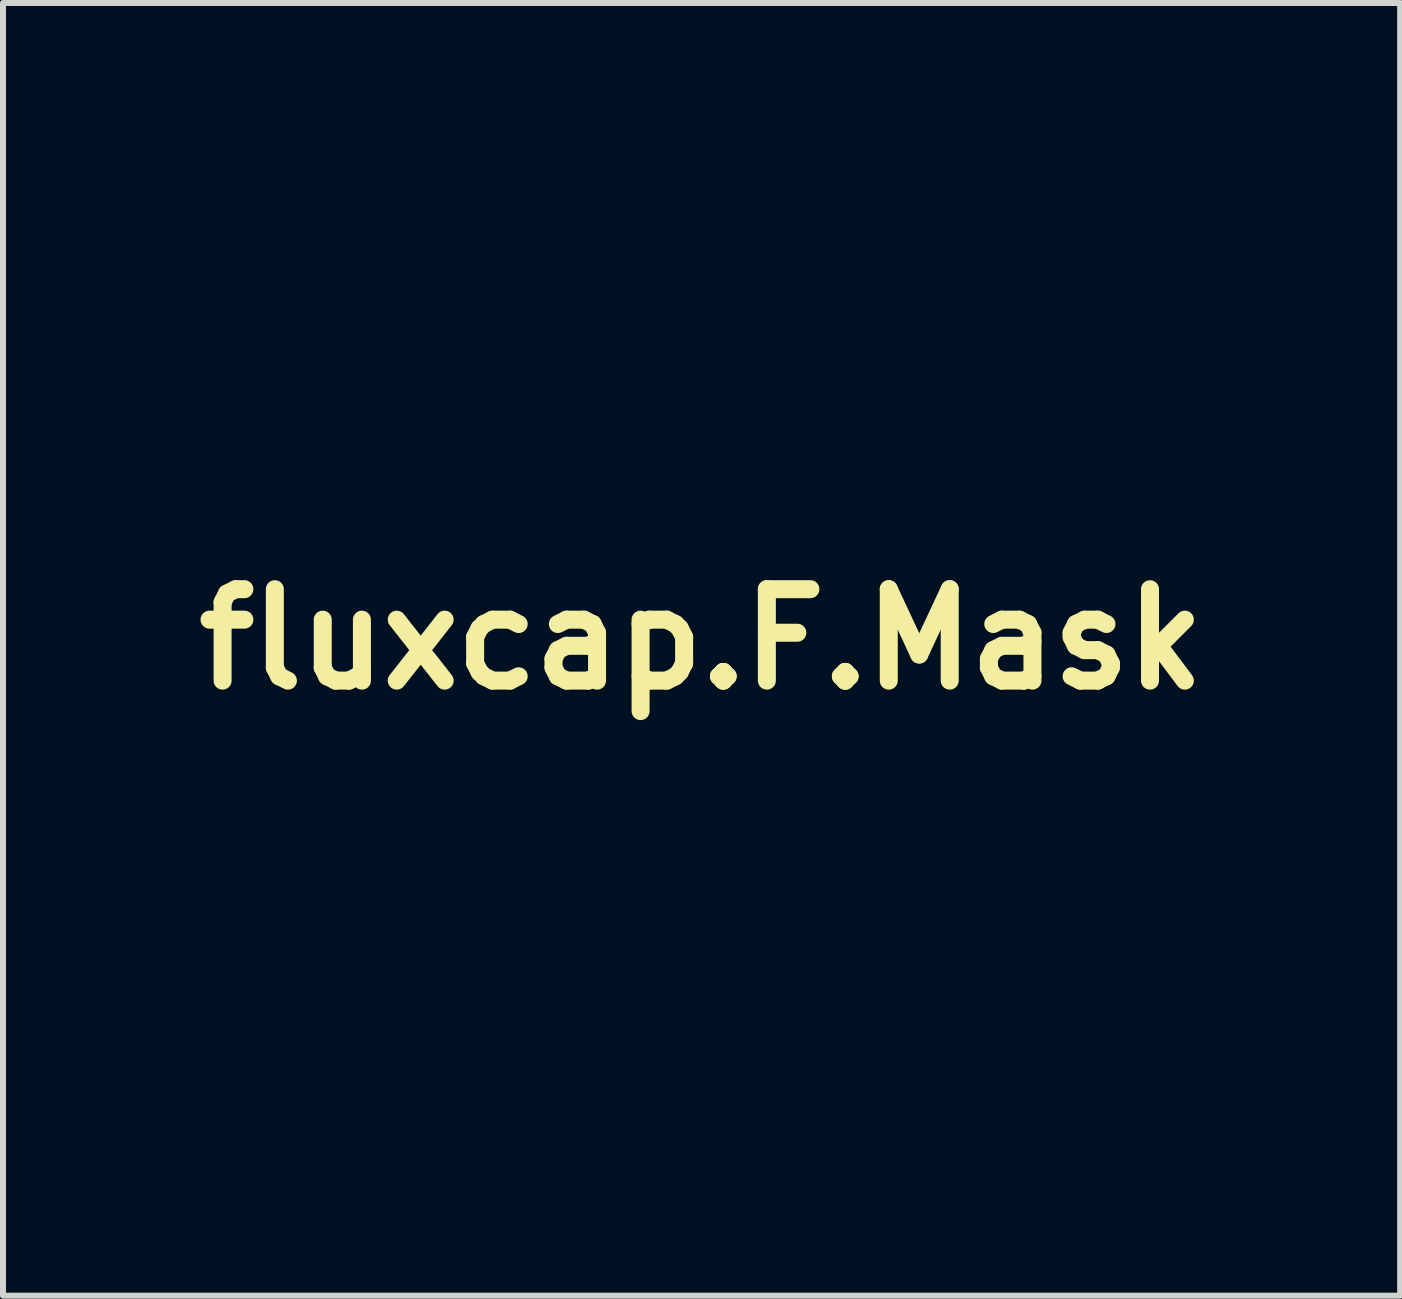
<source format=kicad_pcb>
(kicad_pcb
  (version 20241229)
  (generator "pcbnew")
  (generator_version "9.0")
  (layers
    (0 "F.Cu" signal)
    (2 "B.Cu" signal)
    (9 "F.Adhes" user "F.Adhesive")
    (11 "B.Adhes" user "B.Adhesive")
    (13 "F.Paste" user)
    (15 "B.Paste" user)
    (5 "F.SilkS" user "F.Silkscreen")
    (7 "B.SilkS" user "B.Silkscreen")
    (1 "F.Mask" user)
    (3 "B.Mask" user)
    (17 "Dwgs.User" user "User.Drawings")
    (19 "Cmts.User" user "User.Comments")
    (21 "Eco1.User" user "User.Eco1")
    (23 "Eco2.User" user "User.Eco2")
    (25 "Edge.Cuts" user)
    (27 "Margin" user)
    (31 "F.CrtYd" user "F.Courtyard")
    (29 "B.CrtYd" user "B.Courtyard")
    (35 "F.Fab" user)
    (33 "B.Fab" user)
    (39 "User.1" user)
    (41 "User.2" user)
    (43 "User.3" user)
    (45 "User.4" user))
  (footprint "fluxcap.F.Mask"
    (layer "F.Cu")
    (at 8.643 7.605)
    (property "Reference" "fluxcap.F.Mask" (at 0 0 0) (layer "F.SilkS") (effects (font (size 1.524 1.524) (thickness 0.3))))
    (attr through_hole)
    (fp_poly (pts (xy -1.693 -5.8) (xy -0.55 -5.8) (xy -0.55 -5.228) (xy -2.434 -5.228) (xy -2.434 -7.599) (xy -1.693 -7.599) (xy -1.693 -5.8)) (stroke (width 0.01) (type solid)) (fill yes) (layer "F.Mask"))
    (fp_poly (pts (xy 1.333 7.916) (xy 0.994 7.916) (xy 1 7.361) (xy 1.005 6.805) (xy 1.169 6.799) (xy 1.333 6.793) (xy 1.333 7.916)) (stroke (width 0.01) (type solid)) (fill yes) (layer "F.Mask"))
    (fp_poly (pts (xy 2.561 7.091) (xy 2.201 7.091) (xy 2.201 7.916) (xy 1.863 7.916) (xy 1.863 7.093) (xy 1.513 7.08) (xy 1.513 6.805) (xy 2.037 6.799) (xy 2.561 6.794) (xy 2.561 7.091)) (stroke (width 0.01) (type solid)) (fill yes) (layer "F.Mask"))
    (fp_poly (pts (xy -2.836 -7.091) (xy -3.917 -7.091) (xy -3.905 -6.678) (xy -3.445 -6.672) (xy -2.985 -6.667) (xy -2.985 -6.203) (xy -3.445 -6.197) (xy -3.905 -6.191) (xy -3.917 -5.228) (xy -4.657 -5.228) (xy -4.657 -7.599) (xy -2.836 -7.599) (xy -2.836 -7.091)) (stroke (width 0.01) (type solid)) (fill yes) (layer "F.Mask"))
    (fp_poly (pts (xy -2.058 6.798) (xy -1.924 6.801) (xy -1.824 6.805) (xy -1.753 6.811) (xy -1.702 6.82) (xy -1.664 6.831) (xy -1.632 6.847) (xy -1.554 6.903) (xy -1.506 6.967) (xy -1.482 7.049) (xy -1.475 7.152) (xy -1.485 7.267) (xy -1.515 7.355) (xy -1.57 7.42) (xy -1.654 7.466) (xy -1.773 7.496) (xy -1.903 7.512) (xy -2.064 7.525) (xy -2.076 7.916) (xy -2.413 7.916) (xy -2.413 7.194) (xy -2.072 7.194) (xy -2.068 7.243) (xy -2.066 7.252) (xy -2.037 7.275) (xy -1.984 7.282) (xy -1.922 7.276) (xy -1.866 7.256) (xy -1.841 7.239) (xy -1.808 7.199) (xy -1.802 7.162) (xy -1.821 7.11) (xy -1.824 7.103) (xy -1.868 7.054) (xy -1.917 7.036) (xy -1.993 7.027) (xy -2.039 7.038) (xy -2.062 7.075) (xy -2.07 7.13) (xy -2.072 7.194) (xy -2.413 7.194) (xy -2.413 6.791) (xy -2.058 6.798)) (stroke (width 0.01) (type solid)) (fill yes) (layer "F.Mask"))
    (fp_poly (pts (xy -3.128 6.799) (xy -2.938 6.805) (xy -2.864 7.006) (xy -2.796 7.192) (xy -2.74 7.343) (xy -2.695 7.465) (xy -2.657 7.564) (xy -2.626 7.646) (xy -2.598 7.716) (xy -2.595 7.725) (xy -2.56 7.813) (xy -2.544 7.87) (xy -2.553 7.901) (xy -2.59 7.913) (xy -2.659 7.914) (xy -2.713 7.912) (xy -2.886 7.906) (xy -2.935 7.758) (xy -3.136 7.752) (xy -3.337 7.746) (xy -3.363 7.831) (xy -3.388 7.916) (xy -3.747 7.916) (xy -3.713 7.837) (xy -3.686 7.77) (xy -3.654 7.688) (xy -3.637 7.641) (xy -3.607 7.56) (xy -3.569 7.457) (xy -3.239 7.457) (xy -3.23 7.479) (xy -3.199 7.49) (xy -3.136 7.493) (xy -3.13 7.493) (xy -3.063 7.49) (xy -3.033 7.479) (xy -3.032 7.467) (xy -3.041 7.434) (xy -3.058 7.373) (xy -3.078 7.296) (xy -3.08 7.287) (xy -3.101 7.213) (xy -3.119 7.159) (xy -3.131 7.134) (xy -3.133 7.133) (xy -3.145 7.152) (xy -3.165 7.199) (xy -3.187 7.264) (xy -3.21 7.335) (xy -3.228 7.4) (xy -3.238 7.447) (xy -3.239 7.457) (xy -3.569 7.457) (xy -3.566 7.45) (xy -3.519 7.324) (xy -3.47 7.194) (xy -3.423 7.07) (xy -3.383 6.964) (xy -3.361 6.905) (xy -3.318 6.793) (xy -3.128 6.799)) (stroke (width 0.01) (type solid)) (fill yes) (layer "F.Mask"))
    (fp_poly (pts (xy 4.366 6.799) (xy 4.528 6.803) (xy 4.654 6.811) (xy 4.749 6.823) (xy 4.82 6.841) (xy 4.872 6.867) (xy 4.91 6.904) (xy 4.941 6.952) (xy 4.955 6.979) (xy 4.985 7.085) (xy 4.978 7.191) (xy 4.938 7.288) (xy 4.868 7.366) (xy 4.79 7.41) (xy 4.731 7.433) (xy 4.788 7.463) (xy 4.828 7.497) (xy 4.876 7.555) (xy 4.921 7.622) (xy 4.965 7.701) (xy 5.005 7.779) (xy 5.037 7.848) (xy 5.056 7.895) (xy 5.059 7.908) (xy 5.039 7.912) (xy 4.987 7.915) (xy 4.911 7.916) (xy 4.869 7.916) (xy 4.68 7.916) (xy 4.58 7.731) (xy 4.523 7.626) (xy 4.479 7.554) (xy 4.444 7.508) (xy 4.414 7.483) (xy 4.384 7.473) (xy 4.368 7.472) (xy 4.346 7.473) (xy 4.331 7.483) (xy 4.323 7.509) (xy 4.319 7.557) (xy 4.318 7.637) (xy 4.318 7.694) (xy 4.318 7.916) (xy 3.979 7.916) (xy 3.979 7.027) (xy 4.318 7.027) (xy 4.318 7.26) (xy 4.419 7.26) (xy 4.491 7.254) (xy 4.555 7.24) (xy 4.572 7.233) (xy 4.618 7.189) (xy 4.631 7.151) (xy 4.62 7.092) (xy 4.572 7.052) (xy 4.489 7.03) (xy 4.43 7.027) (xy 4.318 7.027) (xy 3.979 7.027) (xy 3.979 6.79) (xy 4.366 6.799)) (stroke (width 0.01) (type solid)) (fill yes) (layer "F.Mask"))
    (fp_poly (pts (xy -4.221 6.786) (xy -4.089 6.818) (xy -3.975 6.879) (xy -3.959 6.893) (xy -3.918 6.935) (xy -3.877 6.991) (xy -3.841 7.048) (xy -3.819 7.097) (xy -3.816 7.125) (xy -3.817 7.126) (xy -3.842 7.136) (xy -3.894 7.151) (xy -3.96 7.168) (xy -4.027 7.183) (xy -4.08 7.193) (xy -4.101 7.196) (xy -4.125 7.18) (xy -4.128 7.166) (xy -4.146 7.125) (xy -4.194 7.086) (xy -4.257 7.058) (xy -4.317 7.048) (xy -4.405 7.066) (xy -4.47 7.119) (xy -4.511 7.207) (xy -4.529 7.329) (xy -4.53 7.364) (xy -4.521 7.49) (xy -4.493 7.58) (xy -4.445 7.639) (xy -4.423 7.652) (xy -4.33 7.681) (xy -4.246 7.669) (xy -4.176 7.62) (xy -4.134 7.553) (xy -4.107 7.503) (xy -4.081 7.474) (xy -4.075 7.472) (xy -4.043 7.478) (xy -3.986 7.495) (xy -3.92 7.516) (xy -3.79 7.56) (xy -3.822 7.637) (xy -3.889 7.76) (xy -3.974 7.849) (xy -4.082 7.905) (xy -4.218 7.933) (xy -4.309 7.937) (xy -4.402 7.932) (xy -4.49 7.922) (xy -4.555 7.908) (xy -4.559 7.906) (xy -4.653 7.855) (xy -4.742 7.777) (xy -4.813 7.684) (xy -4.85 7.602) (xy -4.874 7.473) (xy -4.878 7.337) (xy -4.863 7.203) (xy -4.831 7.081) (xy -4.784 6.983) (xy -4.746 6.938) (xy -4.635 6.859) (xy -4.504 6.807) (xy -4.363 6.783) (xy -4.221 6.786)) (stroke (width 0.01) (type solid)) (fill yes) (layer "F.Mask"))
    (fp_poly (pts (xy 3.369 6.8) (xy 3.503 6.843) (xy 3.611 6.916) (xy 3.697 7.023) (xy 3.74 7.104) (xy 3.768 7.17) (xy 3.783 7.227) (xy 3.788 7.291) (xy 3.785 7.377) (xy 3.784 7.396) (xy 3.766 7.539) (xy 3.729 7.652) (xy 3.669 7.746) (xy 3.599 7.815) (xy 3.532 7.864) (xy 3.46 7.902) (xy 3.432 7.913) (xy 3.357 7.927) (xy 3.258 7.934) (xy 3.153 7.934) (xy 3.056 7.928) (xy 2.982 7.914) (xy 2.974 7.911) (xy 2.853 7.853) (xy 2.762 7.774) (xy 2.696 7.669) (xy 2.665 7.602) (xy 2.647 7.542) (xy 2.638 7.475) (xy 2.635 7.384) (xy 2.635 7.358) (xy 2.978 7.358) (xy 2.984 7.457) (xy 3.003 7.541) (xy 3.018 7.575) (xy 3.08 7.641) (xy 3.162 7.676) (xy 3.253 7.677) (xy 3.32 7.653) (xy 3.374 7.612) (xy 3.408 7.55) (xy 3.425 7.459) (xy 3.429 7.366) (xy 3.424 7.256) (xy 3.406 7.178) (xy 3.373 7.123) (xy 3.323 7.084) (xy 3.236 7.054) (xy 3.148 7.059) (xy 3.07 7.097) (xy 3.012 7.163) (xy 3.003 7.183) (xy 2.984 7.261) (xy 2.978 7.358) (xy 2.635 7.358) (xy 2.635 7.355) (xy 2.638 7.254) (xy 2.645 7.181) (xy 2.661 7.124) (xy 2.683 7.076) (xy 2.767 6.953) (xy 2.872 6.865) (xy 3 6.811) (xy 3.155 6.787) (xy 3.207 6.786) (xy 3.369 6.8)) (stroke (width 0.01) (type solid)) (fill yes) (layer "F.Mask"))
    (fp_poly (pts (xy -0.675 6.953) (xy -0.648 7.022) (xy -0.61 7.122) (xy -0.566 7.241) (xy -0.517 7.369) (xy -0.479 7.472) (xy -0.435 7.591) (xy -0.395 7.699) (xy -0.362 7.787) (xy -0.338 7.85) (xy -0.327 7.879) (xy -0.324 7.897) (xy -0.337 7.908) (xy -0.373 7.914) (xy -0.439 7.916) (xy -0.492 7.916) (xy -0.579 7.916) (xy -0.634 7.912) (xy -0.666 7.902) (xy -0.684 7.884) (xy -0.695 7.862) (xy -0.714 7.811) (xy -0.72 7.777) (xy -0.726 7.762) (xy -0.751 7.754) (xy -0.801 7.75) (xy -0.883 7.75) (xy -0.925 7.752) (xy -1.131 7.758) (xy -1.168 7.916) (xy -1.348 7.916) (xy -1.436 7.916) (xy -1.488 7.912) (xy -1.513 7.904) (xy -1.517 7.89) (xy -1.514 7.879) (xy -1.498 7.836) (xy -1.476 7.775) (xy -1.47 7.758) (xy -1.453 7.713) (xy -1.424 7.636) (xy -1.386 7.533) (xy -1.364 7.475) (xy -1.037 7.475) (xy -1.018 7.485) (xy -0.968 7.491) (xy -0.918 7.493) (xy -0.848 7.49) (xy -0.814 7.481) (xy -0.81 7.467) (xy -0.821 7.435) (xy -0.841 7.374) (xy -0.865 7.298) (xy -0.869 7.287) (xy -0.899 7.202) (xy -0.924 7.15) (xy -0.942 7.133) (xy -0.952 7.153) (xy -0.953 7.172) (xy -0.959 7.213) (xy -0.976 7.277) (xy -0.995 7.334) (xy -1.017 7.402) (xy -1.033 7.454) (xy -1.037 7.475) (xy -1.364 7.475) (xy -1.341 7.413) (xy -1.291 7.282) (xy -1.275 7.239) (xy -1.11 6.805) (xy -0.733 6.805) (xy -0.675 6.953)) (stroke (width 0.01) (type solid)) (fill yes) (layer "F.Mask"))
    (fp_poly (pts (xy 0.434 6.791) (xy 0.566 6.835) (xy 0.675 6.911) (xy 0.709 6.946) (xy 0.759 7.014) (xy 0.792 7.072) (xy 0.803 7.113) (xy 0.799 7.124) (xy 0.774 7.135) (xy 0.719 7.151) (xy 0.646 7.169) (xy 0.643 7.169) (xy 0.565 7.186) (xy 0.519 7.19) (xy 0.496 7.184) (xy 0.49 7.174) (xy 0.469 7.14) (xy 0.432 7.098) (xy 0.432 7.097) (xy 0.366 7.059) (xy 0.288 7.051) (xy 0.211 7.073) (xy 0.146 7.119) (xy 0.106 7.183) (xy 0.094 7.245) (xy 0.088 7.332) (xy 0.088 7.427) (xy 0.095 7.512) (xy 0.103 7.556) (xy 0.133 7.603) (xy 0.186 7.646) (xy 0.194 7.651) (xy 0.251 7.676) (xy 0.3 7.68) (xy 0.354 7.667) (xy 0.416 7.64) (xy 0.456 7.595) (xy 0.476 7.557) (xy 0.502 7.507) (xy 0.53 7.482) (xy 0.571 7.478) (xy 0.635 7.494) (xy 0.688 7.512) (xy 0.759 7.543) (xy 0.794 7.575) (xy 0.8 7.594) (xy 0.791 7.649) (xy 0.755 7.718) (xy 0.7 7.789) (xy 0.634 7.851) (xy 0.61 7.868) (xy 0.562 7.897) (xy 0.515 7.915) (xy 0.456 7.926) (xy 0.372 7.931) (xy 0.33 7.932) (xy 0.191 7.931) (xy 0.088 7.917) (xy 0.056 7.907) (xy -0.042 7.853) (xy -0.135 7.769) (xy -0.209 7.667) (xy -0.217 7.652) (xy -0.24 7.6) (xy -0.253 7.541) (xy -0.26 7.463) (xy -0.262 7.366) (xy -0.26 7.264) (xy -0.254 7.19) (xy -0.24 7.132) (xy -0.217 7.076) (xy -0.21 7.061) (xy -0.136 6.95) (xy -0.039 6.869) (xy 0.089 6.814) (xy 0.126 6.803) (xy 0.285 6.78) (xy 0.434 6.791)) (stroke (width 0.01) (type solid)) (fill yes) (layer "F.Mask"))
    (fp_poly (pts (xy 0.445 -6.82) (xy 0.445 -6.618) (xy 0.445 -6.454) (xy 0.446 -6.322) (xy 0.448 -6.22) (xy 0.45 -6.142) (xy 0.454 -6.083) (xy 0.46 -6.04) (xy 0.467 -6.007) (xy 0.476 -5.981) (xy 0.488 -5.955) (xy 0.492 -5.947) (xy 0.565 -5.847) (xy 0.664 -5.778) (xy 0.784 -5.743) (xy 0.923 -5.743) (xy 0.939 -5.745) (xy 1.06 -5.782) (xy 1.154 -5.851) (xy 1.211 -5.931) (xy 1.223 -5.956) (xy 1.234 -5.98) (xy 1.242 -6.01) (xy 1.248 -6.049) (xy 1.253 -6.102) (xy 1.257 -6.173) (xy 1.26 -6.266) (xy 1.262 -6.387) (xy 1.264 -6.54) (xy 1.265 -6.729) (xy 1.266 -6.81) (xy 1.273 -7.599) (xy 1.99 -7.599) (xy 1.99 -6.783) (xy 1.99 -6.575) (xy 1.989 -6.404) (xy 1.988 -6.266) (xy 1.986 -6.156) (xy 1.983 -6.071) (xy 1.979 -6.004) (xy 1.974 -5.953) (xy 1.967 -5.911) (xy 1.958 -5.875) (xy 1.947 -5.84) (xy 1.946 -5.837) (xy 1.884 -5.685) (xy 1.809 -5.56) (xy 1.711 -5.449) (xy 1.683 -5.423) (xy 1.586 -5.342) (xy 1.493 -5.285) (xy 1.388 -5.245) (xy 1.275 -5.217) (xy 1.173 -5.202) (xy 1.042 -5.193) (xy 0.895 -5.189) (xy 0.742 -5.191) (xy 0.598 -5.199) (xy 0.475 -5.212) (xy 0.455 -5.215) (xy 0.287 -5.257) (xy 0.143 -5.327) (xy 0.011 -5.429) (xy -0.013 -5.452) (xy -0.076 -5.518) (xy -0.129 -5.584) (xy -0.173 -5.655) (xy -0.209 -5.736) (xy -0.237 -5.829) (xy -0.258 -5.941) (xy -0.274 -6.074) (xy -0.285 -6.233) (xy -0.291 -6.423) (xy -0.295 -6.647) (xy -0.296 -6.863) (xy -0.296 -7.599) (xy 0.445 -7.599) (xy 0.445 -6.82)) (stroke (width 0.01) (type solid)) (fill yes) (layer "F.Mask"))
    (fp_poly (pts (xy 2.735 -7.594) (xy 3.142 -7.588) (xy 3.295 -7.324) (xy 3.356 -7.22) (xy 3.414 -7.121) (xy 3.463 -7.037) (xy 3.499 -6.977) (xy 3.505 -6.968) (xy 3.562 -6.876) (xy 3.623 -6.995) (xy 3.666 -7.075) (xy 3.711 -7.155) (xy 3.736 -7.197) (xy 3.767 -7.248) (xy 3.786 -7.283) (xy 3.789 -7.29) (xy 3.799 -7.311) (xy 3.825 -7.36) (xy 3.862 -7.426) (xy 3.875 -7.449) (xy 3.962 -7.599) (xy 4.363 -7.599) (xy 4.505 -7.598) (xy 4.61 -7.597) (xy 4.681 -7.594) (xy 4.725 -7.589) (xy 4.746 -7.582) (xy 4.749 -7.572) (xy 4.748 -7.57) (xy 4.727 -7.537) (xy 4.687 -7.474) (xy 4.631 -7.386) (xy 4.563 -7.279) (xy 4.485 -7.158) (xy 4.402 -7.029) (xy 4.317 -6.897) (xy 4.282 -6.842) (xy 4.217 -6.742) (xy 4.159 -6.65) (xy 4.111 -6.573) (xy 4.079 -6.52) (xy 4.072 -6.507) (xy 4.037 -6.441) (xy 4.431 -5.844) (xy 4.525 -5.702) (xy 4.61 -5.572) (xy 4.685 -5.458) (xy 4.747 -5.363) (xy 4.793 -5.292) (xy 4.82 -5.249) (xy 4.826 -5.238) (xy 4.806 -5.235) (xy 4.75 -5.232) (xy 4.665 -5.23) (xy 4.556 -5.229) (xy 4.431 -5.228) (xy 4.417 -5.228) (xy 4.008 -5.228) (xy 3.912 -5.382) (xy 3.86 -5.466) (xy 3.795 -5.57) (xy 3.727 -5.68) (xy 3.683 -5.751) (xy 3.63 -5.834) (xy 3.585 -5.9) (xy 3.551 -5.944) (xy 3.534 -5.958) (xy 3.533 -5.958) (xy 3.518 -5.937) (xy 3.484 -5.886) (xy 3.436 -5.81) (xy 3.376 -5.715) (xy 3.31 -5.606) (xy 3.299 -5.588) (xy 3.081 -5.228) (xy 2.673 -5.228) (xy 2.547 -5.229) (xy 2.436 -5.23) (xy 2.348 -5.233) (xy 2.289 -5.236) (xy 2.265 -5.24) (xy 2.265 -5.24) (xy 2.276 -5.26) (xy 2.308 -5.311) (xy 2.358 -5.389) (xy 2.424 -5.49) (xy 2.502 -5.609) (xy 2.59 -5.742) (xy 2.66 -5.848) (xy 2.754 -5.99) (xy 2.84 -6.121) (xy 2.915 -6.238) (xy 2.977 -6.335) (xy 3.022 -6.408) (xy 3.049 -6.454) (xy 3.055 -6.468) (xy 3.044 -6.498) (xy 3.014 -6.548) (xy 2.99 -6.585) (xy 2.96 -6.629) (xy 2.911 -6.703) (xy 2.848 -6.798) (xy 2.775 -6.909) (xy 2.697 -7.028) (xy 2.617 -7.149) (xy 2.541 -7.266) (xy 2.473 -7.371) (xy 2.417 -7.458) (xy 2.382 -7.513) (xy 2.327 -7.6) (xy 2.735 -7.594)) (stroke (width 0.01) (type solid)) (fill yes) (layer "F.Mask"))
    (fp_poly (pts (xy 0.377 -4.635) (xy 0.699 -4.635) (xy 1.016 -4.634) (xy 1.324 -4.633) (xy 1.62 -4.632) (xy 1.902 -4.631) (xy 2.167 -4.63) (xy 2.41 -4.628) (xy 2.631 -4.626) (xy 2.824 -4.624) (xy 2.988 -4.622) (xy 3.12 -4.62) (xy 3.216 -4.617) (xy 3.274 -4.614) (xy 3.281 -4.614) (xy 3.559 -4.569) (xy 3.819 -4.493) (xy 4.022 -4.41) (xy 4.302 -4.257) (xy 4.552 -4.076) (xy 4.772 -3.866) (xy 4.961 -3.626) (xy 5.12 -3.357) (xy 5.25 -3.057) (xy 5.328 -2.815) (xy 5.333 -2.796) (xy 5.337 -2.774) (xy 5.341 -2.746) (xy 5.345 -2.712) (xy 5.348 -2.669) (xy 5.351 -2.616) (xy 5.353 -2.549) (xy 5.356 -2.468) (xy 5.358 -2.37) (xy 5.359 -2.254) (xy 5.361 -2.117) (xy 5.362 -1.957) (xy 5.363 -1.773) (xy 5.364 -1.562) (xy 5.364 -1.323) (xy 5.365 -1.053) (xy 5.365 -0.751) (xy 5.366 -0.415) (xy 5.366 -0.042) (xy 5.366 0.369) (xy 5.366 0.82) (xy 5.366 4.371) (xy 5.317 4.551) (xy 5.257 4.737) (xy 5.176 4.934) (xy 5.083 5.124) (xy 4.986 5.29) (xy 4.984 5.293) (xy 4.901 5.404) (xy 4.796 5.527) (xy 4.678 5.651) (xy 4.557 5.767) (xy 4.442 5.865) (xy 4.36 5.924) (xy 4.144 6.05) (xy 3.912 6.157) (xy 3.68 6.239) (xy 3.605 6.26) (xy 3.376 6.317) (xy 0.18 6.32) (xy -0.187 6.321) (xy -0.543 6.321) (xy -0.887 6.321) (xy -1.216 6.32) (xy -1.527 6.32) (xy -1.819 6.319) (xy -2.088 6.318) (xy -2.332 6.317) (xy -2.549 6.316) (xy -2.736 6.314) (xy -2.892 6.313) (xy -3.012 6.311) (xy -3.096 6.309) (xy -3.141 6.307) (xy -3.145 6.307) (xy -3.456 6.246) (xy -3.747 6.15) (xy -4.018 6.016) (xy -4.272 5.844) (xy -4.427 5.714) (xy -4.625 5.51) (xy -4.798 5.278) (xy -4.943 5.028) (xy -5.057 4.765) (xy -5.135 4.496) (xy -5.166 4.309) (xy -5.169 4.258) (xy -5.172 4.165) (xy -5.175 4.031) (xy -5.177 3.856) (xy -5.179 3.639) (xy -5.181 3.381) (xy -5.182 3.081) (xy -5.182 2.739) (xy -5.183 2.356) (xy -5.183 1.93) (xy -5.182 1.463) (xy -5.181 0.953) (xy -5.181 0.709) (xy -5.174 -2.572) (xy -4.413 -2.572) (xy -4.413 4.286) (xy -4.354 4.462) (xy -4.256 4.692) (xy -4.125 4.903) (xy -3.967 5.091) (xy -3.786 5.252) (xy -3.585 5.381) (xy -3.369 5.476) (xy -3.194 5.523) (xy -3.161 5.525) (xy -3.087 5.527) (xy -2.978 5.53) (xy -2.834 5.532) (xy -2.66 5.534) (xy -2.457 5.535) (xy -2.23 5.537) (xy -1.98 5.538) (xy -1.71 5.539) (xy -1.424 5.54) (xy -1.125 5.541) (xy -0.814 5.542) (xy -0.495 5.543) (xy -0.172 5.543) (xy 0.154 5.543) (xy 0.48 5.543) (xy 0.802 5.543) (xy 1.117 5.543) (xy 1.424 5.542) (xy 1.718 5.541) (xy 1.998 5.541) (xy 2.26 5.54) (xy 2.501 5.538) (xy 2.718 5.537) (xy 2.91 5.535) (xy 3.072 5.534) (xy 3.202 5.532) (xy 3.298 5.529) (xy 3.355 5.527) (xy 3.369 5.526) (xy 3.497 5.494) (xy 3.642 5.439) (xy 3.79 5.368) (xy 3.927 5.287) (xy 3.987 5.245) (xy 4.168 5.084) (xy 4.325 4.891) (xy 4.452 4.674) (xy 4.547 4.439) (xy 4.572 4.351) (xy 4.577 4.328) (xy 4.583 4.304) (xy 4.587 4.278) (xy 4.591 4.247) (xy 4.595 4.209) (xy 4.598 4.162) (xy 4.601 4.104) (xy 4.604 4.032) (xy 4.606 3.946) (xy 4.608 3.843) (xy 4.609 3.72) (xy 4.611 3.576) (xy 4.612 3.409) (xy 4.612 3.216) (xy 4.613 2.996) (xy 4.614 2.746) (xy 4.614 2.465) (xy 4.614 2.151) (xy 4.614 1.8) (xy 4.614 1.412) (xy 4.614 0.985) (xy 4.614 0.859) (xy 4.614 0.42) (xy 4.614 0.022) (xy 4.614 -0.339) (xy 4.614 -0.663) (xy 4.613 -0.953) (xy 4.613 -1.212) (xy 4.612 -1.44) (xy 4.612 -1.64) (xy 4.611 -1.814) (xy 4.609 -1.965) (xy 4.608 -2.094) (xy 4.606 -2.203) (xy 4.604 -2.294) (xy 4.602 -2.37) (xy 4.599 -2.432) (xy 4.596 -2.483) (xy 4.592 -2.525) (xy 4.588 -2.559) (xy 4.583 -2.588) (xy 4.578 -2.613) (xy 4.573 -2.638) (xy 4.571 -2.646) (xy 4.491 -2.892) (xy 4.376 -3.118) (xy 4.227 -3.32) (xy 4.048 -3.496) (xy 3.84 -3.641) (xy 3.721 -3.704) (xy 3.68 -3.724) (xy 3.644 -3.742) (xy 3.61 -3.758) (xy 3.575 -3.772) (xy 3.538 -3.785) (xy 3.497 -3.796) (xy 3.448 -3.806) (xy 3.392 -3.815) (xy 3.324 -3.823) (xy 3.243 -3.829) (xy 3.147 -3.835) (xy 3.035 -3.839) (xy 2.902 -3.843) (xy 2.749 -3.846) (xy 2.572 -3.848) (xy 2.369 -3.85) (xy 2.139 -3.851) (xy 1.878 -3.852) (xy 1.586 -3.852) (xy 1.26 -3.852) (xy 0.897 -3.852) (xy 0.497 -3.852) (xy 0.095 -3.852) (xy -0.342 -3.852) (xy -0.739 -3.852) (xy -1.098 -3.852) (xy -1.421 -3.852) (xy -1.71 -3.852) (xy -1.967 -3.851) (xy -2.195 -3.85) (xy -2.395 -3.848) (xy -2.57 -3.846) (xy -2.721 -3.843) (xy -2.852 -3.839) (xy -2.963 -3.835) (xy -3.057 -3.829) (xy -3.136 -3.823) (xy -3.203 -3.815) (xy -3.259 -3.807) (xy -3.306 -3.797) (xy -3.347 -3.785) (xy -3.384 -3.773) (xy -3.418 -3.758) (xy -3.453 -3.743) (xy -3.489 -3.725) (xy -3.524 -3.709) (xy -3.742 -3.584) (xy -3.936 -3.427) (xy -4.103 -3.239) (xy -4.24 -3.025) (xy -4.345 -2.788) (xy -4.364 -2.731) (xy -4.413 -2.572) (xy -5.174 -2.572) (xy -5.174 -2.699) (xy -5.127 -2.858) (xy -5.038 -3.125) (xy -4.929 -3.364) (xy -4.794 -3.589) (xy -4.686 -3.739) (xy -4.484 -3.965) (xy -4.254 -4.161) (xy -3.999 -4.326) (xy -3.722 -4.457) (xy -3.426 -4.553) (xy -3.114 -4.612) (xy -3.088 -4.615) (xy -3.042 -4.618) (xy -2.956 -4.62) (xy -2.834 -4.623) (xy -2.678 -4.625) (xy -2.492 -4.627) (xy -2.279 -4.629) (xy -2.041 -4.63) (xy -1.782 -4.632) (xy -1.505 -4.633) (xy -1.212 -4.634) (xy -0.907 -4.634) (xy -0.593 -4.635) (xy -0.272 -4.635) (xy 0.053 -4.635) (xy 0.377 -4.635)) (stroke (width 0.01) (type solid)) (fill yes) (layer "F.Mask"))
    (fp_poly (pts (xy 0.229 -3.623) (xy 0.555 -3.623) (xy 0.877 -3.622) (xy 1.192 -3.621) (xy 1.498 -3.62) (xy 1.79 -3.618) (xy 2.067 -3.617) (xy 2.325 -3.614) (xy 2.561 -3.612) (xy 2.773 -3.609) (xy 2.958 -3.605) (xy 3.113 -3.602) (xy 3.235 -3.598) (xy 3.321 -3.594) (xy 3.367 -3.589) (xy 3.372 -3.588) (xy 3.588 -3.51) (xy 3.789 -3.395) (xy 3.97 -3.247) (xy 4.124 -3.071) (xy 4.248 -2.87) (xy 4.264 -2.84) (xy 4.278 -2.813) (xy 4.291 -2.788) (xy 4.303 -2.762) (xy 4.313 -2.733) (xy 4.323 -2.699) (xy 4.331 -2.659) (xy 4.338 -2.61) (xy 4.344 -2.549) (xy 4.35 -2.476) (xy 4.354 -2.388) (xy 4.358 -2.283) (xy 4.362 -2.158) (xy 4.364 -2.013) (xy 4.367 -1.844) (xy 4.368 -1.651) (xy 4.37 -1.429) (xy 4.371 -1.179) (xy 4.372 -0.897) (xy 4.373 -0.582) (xy 4.374 -0.232) (xy 4.374 0.156) (xy 4.375 0.584) (xy 4.376 0.761) (xy 4.376 1.204) (xy 4.377 1.607) (xy 4.378 1.971) (xy 4.378 2.299) (xy 4.378 2.593) (xy 4.378 2.855) (xy 4.378 3.087) (xy 4.377 3.29) (xy 4.376 3.467) (xy 4.375 3.621) (xy 4.374 3.752) (xy 4.372 3.863) (xy 4.37 3.956) (xy 4.367 4.033) (xy 4.365 4.096) (xy 4.361 4.147) (xy 4.358 4.189) (xy 4.354 4.222) (xy 4.349 4.25) (xy 4.349 4.251) (xy 4.286 4.473) (xy 4.185 4.68) (xy 4.048 4.868) (xy 3.944 4.974) (xy 3.807 5.085) (xy 3.662 5.173) (xy 3.494 5.246) (xy 3.44 5.265) (xy 3.27 5.323) (xy 0.159 5.326) (xy -0.201 5.327) (xy -0.55 5.327) (xy -0.886 5.327) (xy -1.205 5.327) (xy -1.506 5.327) (xy -1.786 5.327) (xy -2.043 5.326) (xy -2.275 5.326) (xy -2.478 5.325) (xy -2.652 5.324) (xy -2.792 5.324) (xy -2.898 5.323) (xy -2.966 5.322) (xy -2.995 5.321) (xy -2.995 5.321) (xy -3.039 5.312) (xy -3.107 5.299) (xy -3.154 5.289) (xy -3.241 5.266) (xy -3.344 5.228) (xy -3.45 5.183) (xy -3.544 5.136) (xy -3.612 5.094) (xy -3.619 5.089) (xy -3.77 4.957) (xy -3.89 4.829) (xy -3.986 4.694) (xy -4.061 4.559) (xy -4.076 4.528) (xy -4.09 4.501) (xy -4.103 4.474) (xy -4.115 4.445) (xy -4.125 4.414) (xy -4.134 4.378) (xy -4.142 4.334) (xy -4.149 4.282) (xy -4.155 4.218) (xy -4.161 4.14) (xy -4.165 4.048) (xy -4.169 3.938) (xy -4.172 3.809) (xy -4.175 3.659) (xy -4.176 3.485) (xy -4.178 3.286) (xy -4.179 3.059) (xy -4.18 2.803) (xy -4.18 2.516) (xy -4.18 2.195) (xy -4.18 1.838) (xy -4.18 1.444) (xy -4.18 1.011) (xy -4.18 0.868) (xy -3.938 0.868) (xy -3.938 1.199) (xy -3.937 1.527) (xy -3.937 1.849) (xy -3.936 2.162) (xy -3.935 2.464) (xy -3.934 2.752) (xy -3.933 3.022) (xy -3.931 3.273) (xy -3.929 3.501) (xy -3.927 3.704) (xy -3.925 3.878) (xy -3.923 4.021) (xy -3.92 4.13) (xy -3.917 4.202) (xy -3.914 4.233) (xy -3.851 4.419) (xy -3.751 4.592) (xy -3.62 4.746) (xy -3.464 4.876) (xy -3.288 4.976) (xy -3.179 5.018) (xy -3.161 5.023) (xy -3.141 5.028) (xy -3.115 5.032) (xy -3.082 5.036) (xy -3.04 5.039) (xy -2.987 5.043) (xy -2.92 5.045) (xy -2.839 5.047) (xy -2.739 5.049) (xy -2.621 5.051) (xy -2.48 5.053) (xy -2.316 5.054) (xy -2.127 5.055) (xy -1.909 5.056) (xy -1.662 5.056) (xy -1.382 5.057) (xy -1.069 5.057) (xy -0.719 5.057) (xy -0.331 5.058) (xy 0.086 5.058) (xy 0.516 5.058) (xy 0.905 5.058) (xy 1.257 5.058) (xy 1.572 5.058) (xy 1.853 5.057) (xy 2.102 5.057) (xy 2.32 5.056) (xy 2.511 5.055) (xy 2.676 5.054) (xy 2.817 5.052) (xy 2.936 5.051) (xy 3.035 5.048) (xy 3.117 5.046) (xy 3.183 5.043) (xy 3.235 5.04) (xy 3.276 5.037) (xy 3.307 5.033) (xy 3.33 5.029) (xy 3.346 5.025) (xy 3.51 4.964) (xy 3.652 4.881) (xy 3.785 4.768) (xy 3.81 4.744) (xy 3.933 4.596) (xy 4.031 4.433) (xy 4.096 4.266) (xy 4.105 4.229) (xy 4.108 4.195) (xy 4.111 4.118) (xy 4.114 4.002) (xy 4.116 3.845) (xy 4.118 3.649) (xy 4.12 3.414) (xy 4.122 3.142) (xy 4.124 2.834) (xy 4.125 2.489) (xy 4.126 2.109) (xy 4.126 1.695) (xy 4.127 1.247) (xy 4.127 0.845) (xy 4.127 0.405) (xy 4.127 0.005) (xy 4.127 -0.356) (xy 4.127 -0.681) (xy 4.126 -0.972) (xy 4.126 -1.231) (xy 4.125 -1.459) (xy 4.124 -1.659) (xy 4.123 -1.832) (xy 4.121 -1.981) (xy 4.12 -2.108) (xy 4.118 -2.214) (xy 4.116 -2.303) (xy 4.113 -2.374) (xy 4.11 -2.432) (xy 4.107 -2.477) (xy 4.103 -2.511) (xy 4.099 -2.537) (xy 4.095 -2.557) (xy 4.093 -2.563) (xy 4.012 -2.769) (xy 3.899 -2.95) (xy 3.757 -3.102) (xy 3.589 -3.224) (xy 3.398 -3.311) (xy 3.32 -3.335) (xy 3.299 -3.339) (xy 3.269 -3.343) (xy 3.226 -3.346) (xy 3.169 -3.349) (xy 3.096 -3.352) (xy 3.005 -3.354) (xy 2.895 -3.357) (xy 2.763 -3.358) (xy 2.607 -3.36) (xy 2.425 -3.361) (xy 2.215 -3.362) (xy 1.975 -3.363) (xy 1.704 -3.364) (xy 1.4 -3.364) (xy 1.059 -3.365) (xy 0.681 -3.365) (xy 0.263 -3.365) (xy 0.091 -3.365) (xy -3.025 -3.365) (xy -3.193 -3.312) (xy -3.379 -3.232) (xy -3.546 -3.118) (xy -3.69 -2.975) (xy -3.805 -2.808) (xy -3.886 -2.624) (xy -3.913 -2.523) (xy -3.916 -2.487) (xy -3.919 -2.412) (xy -3.922 -2.3) (xy -3.924 -2.155) (xy -3.927 -1.978) (xy -3.929 -1.774) (xy -3.931 -1.544) (xy -3.932 -1.291) (xy -3.934 -1.019) (xy -3.935 -0.73) (xy -3.936 -0.427) (xy -3.937 -0.113) (xy -3.937 0.21) (xy -3.938 0.538) (xy -3.938 0.868) (xy -4.18 0.868) (xy -4.18 0.836) (xy -4.18 -2.529) (xy -4.133 -2.678) (xy -4.043 -2.896) (xy -3.918 -3.094) (xy -3.762 -3.266) (xy -3.581 -3.409) (xy -3.376 -3.52) (xy -3.179 -3.589) (xy -3.139 -3.593) (xy -3.061 -3.598) (xy -2.946 -3.602) (xy -2.797 -3.605) (xy -2.617 -3.609) (xy -2.41 -3.612) (xy -2.178 -3.614) (xy -1.924 -3.617) (xy -1.65 -3.618) (xy -1.361 -3.62) (xy -1.058 -3.621) (xy -0.744 -3.622) (xy -0.423 -3.623) (xy -0.098 -3.623) (xy 0.229 -3.623)) (stroke (width 0.01) (type solid)) (fill yes) (layer "F.Mask"))
    (fp_poly (pts (xy -1.991 -2.947) (xy -1.789 -2.888) (xy -1.593 -2.792) (xy -1.469 -2.707) (xy -1.316 -2.564) (xy -1.189 -2.392) (xy -1.092 -2.199) (xy -1.028 -1.993) (xy -1 -1.781) (xy -1.002 -1.637) (xy -1.021 -1.514) (xy -1.055 -1.378) (xy -1.099 -1.247) (xy -1.148 -1.136) (xy -1.161 -1.112) (xy -1.2 -1.045) (xy -0.693 -0.57) (xy -0.545 -0.432) (xy -0.425 -0.322) (xy -0.329 -0.236) (xy -0.256 -0.174) (xy -0.202 -0.132) (xy -0.165 -0.109) (xy -0.143 -0.102) (xy -0.141 -0.102) (xy -0.094 -0.106) (xy -0.019 -0.108) (xy 0.073 -0.109) (xy 0.167 -0.109) (xy 0.252 -0.107) (xy 0.314 -0.104) (xy 0.331 -0.102) (xy 0.353 -0.108) (xy 0.39 -0.13) (xy 0.444 -0.171) (xy 0.518 -0.234) (xy 0.616 -0.322) (xy 0.739 -0.435) (xy 0.805 -0.497) (xy 0.922 -0.606) (xy 1.032 -0.709) (xy 1.131 -0.801) (xy 1.214 -0.878) (xy 1.276 -0.935) (xy 1.312 -0.968) (xy 1.312 -0.968) (xy 1.39 -1.036) (xy 1.32 -1.179) (xy 1.238 -1.393) (xy 1.196 -1.611) (xy 1.192 -1.794) (xy 1.799 -1.794) (xy 1.808 -1.747) (xy 1.842 -1.717) (xy 1.868 -1.705) (xy 1.948 -1.673) (xy 1.996 -1.66) (xy 2.021 -1.666) (xy 2.031 -1.695) (xy 2.032 -1.748) (xy 2.032 -1.751) (xy 2.052 -1.867) (xy 2.106 -1.97) (xy 2.189 -2.055) (xy 2.291 -2.113) (xy 2.407 -2.137) (xy 2.425 -2.137) (xy 2.542 -2.117) (xy 2.65 -2.062) (xy 2.739 -1.981) (xy 2.802 -1.879) (xy 2.825 -1.801) (xy 2.826 -1.68) (xy 2.791 -1.566) (xy 2.726 -1.468) (xy 2.636 -1.392) (xy 2.528 -1.345) (xy 2.435 -1.333) (xy 2.381 -1.332) (xy 2.36 -1.32) (xy 2.359 -1.288) (xy 2.364 -1.265) (xy 2.383 -1.181) (xy 2.405 -1.131) (xy 2.434 -1.107) (xy 2.475 -1.101) (xy 2.53 -1.108) (xy 2.604 -1.127) (xy 2.66 -1.146) (xy 2.798 -1.219) (xy 2.911 -1.321) (xy 2.995 -1.446) (xy 3.047 -1.587) (xy 3.065 -1.738) (xy 3.046 -1.892) (xy 3.026 -1.957) (xy 2.952 -2.096) (xy 2.849 -2.21) (xy 2.723 -2.296) (xy 2.58 -2.349) (xy 2.427 -2.368) (xy 2.27 -2.348) (xy 2.232 -2.338) (xy 2.111 -2.281) (xy 2.001 -2.196) (xy 1.909 -2.09) (xy 1.841 -1.972) (xy 1.804 -1.851) (xy 1.799 -1.794) (xy 1.192 -1.794) (xy 1.192 -1.827) (xy 1.225 -2.038) (xy 1.294 -2.239) (xy 1.398 -2.425) (xy 1.533 -2.593) (xy 1.7 -2.738) (xy 1.881 -2.848) (xy 2.073 -2.921) (xy 2.281 -2.961) (xy 2.496 -2.967) (xy 2.709 -2.939) (xy 2.911 -2.878) (xy 3.015 -2.829) (xy 3.177 -2.723) (xy 3.329 -2.584) (xy 3.461 -2.423) (xy 3.549 -2.28) (xy 3.593 -2.169) (xy 3.629 -2.031) (xy 3.652 -1.882) (xy 3.661 -1.736) (xy 3.661 -1.736) (xy 3.642 -1.502) (xy 3.585 -1.286) (xy 3.491 -1.09) (xy 3.362 -0.915) (xy 3.2 -0.764) (xy 3.006 -0.638) (xy 2.782 -0.541) (xy 2.773 -0.537) (xy 2.672 -0.514) (xy 2.546 -0.501) (xy 2.407 -0.497) (xy 2.272 -0.504) (xy 2.153 -0.521) (xy 2.085 -0.539) (xy 1.968 -0.585) (xy 1.853 -0.638) (xy 1.757 -0.69) (xy 1.735 -0.704) (xy 1.681 -0.74) (xy 1.174 -0.264) (xy 1.033 -0.132) (xy 0.921 -0.025) (xy 0.834 0.06) (xy 0.77 0.125) (xy 0.724 0.175) (xy 0.695 0.211) (xy 0.678 0.239) (xy 0.672 0.26) (xy 0.672 0.27) (xy 0.681 0.44) (xy 0.673 0.576) (xy 0.647 0.683) (xy 0.639 0.703) (xy 0.587 0.792) (xy 0.513 0.879) (xy 0.432 0.952) (xy 0.36 0.995) (xy 0.296 1.021) (xy 0.296 2.301) (xy 0.45 2.346) (xy 0.656 2.427) (xy 0.842 2.545) (xy 1.005 2.694) (xy 1.141 2.87) (xy 1.247 3.072) (xy 1.299 3.221) (xy 1.321 3.332) (xy 1.332 3.467) (xy 1.332 3.609) (xy 1.321 3.743) (xy 1.3 3.853) (xy 1.299 3.854) (xy 1.229 4.034) (xy 1.13 4.208) (xy 1.008 4.368) (xy 0.871 4.503) (xy 0.739 4.598) (xy 0.576 4.676) (xy 0.395 4.732) (xy 0.209 4.766) (xy 0.029 4.774) (xy -0.104 4.76) (xy -0.333 4.696) (xy -0.54 4.596) (xy -0.721 4.463) (xy -0.876 4.299) (xy -1.003 4.105) (xy -1.098 3.883) (xy -1.099 3.879) (xy -1.127 3.759) (xy -1.142 3.615) (xy -1.142 3.536) (xy -0.572 3.536) (xy -0.552 3.671) (xy -0.497 3.806) (xy -0.413 3.933) (xy -0.305 4.041) (xy -0.272 4.066) (xy -0.156 4.125) (xy -0.019 4.156) (xy 0.127 4.158) (xy 0.269 4.131) (xy 0.33 4.108) (xy 0.467 4.026) (xy 0.574 3.917) (xy 0.652 3.788) (xy 0.696 3.644) (xy 0.704 3.492) (xy 0.674 3.339) (xy 0.647 3.27) (xy 0.612 3.2) (xy 0.575 3.139) (xy 0.559 3.116) (xy 0.518 3.067) (xy 0.398 3.122) (xy 0.277 3.177) (xy 0.358 3.257) (xy 0.427 3.354) (xy 0.462 3.466) (xy 0.463 3.583) (xy 0.432 3.696) (xy 0.369 3.797) (xy 0.294 3.864) (xy 0.183 3.918) (xy 0.067 3.934) (xy -0.045 3.915) (xy -0.149 3.864) (xy -0.236 3.782) (xy -0.299 3.674) (xy -0.318 3.618) (xy -0.327 3.504) (xy -0.299 3.388) (xy -0.233 3.278) (xy -0.232 3.277) (xy -0.196 3.229) (xy -0.175 3.196) (xy -0.172 3.188) (xy -0.194 3.175) (xy -0.24 3.149) (xy -0.28 3.127) (xy -0.38 3.073) (xy -0.445 3.161) (xy -0.508 3.271) (xy -0.552 3.399) (xy -0.571 3.523) (xy -0.572 3.536) (xy -1.142 3.536) (xy -1.143 3.464) (xy -1.131 3.321) (xy -1.109 3.216) (xy -1.023 2.995) (xy -0.904 2.799) (xy -0.755 2.631) (xy -0.579 2.493) (xy -0.378 2.388) (xy -0.196 2.328) (xy -0.106 2.306) (xy -0.106 1.021) (xy -0.169 0.995) (xy -0.247 0.948) (xy -0.327 0.875) (xy -0.399 0.789) (xy -0.449 0.705) (xy -0.483 0.587) (xy -0.494 0.45) (xy -0.481 0.311) (xy -0.48 0.306) (xy -0.464 0.221) (xy -0.858 -0.149) (xy -0.973 -0.256) (xy -1.085 -0.361) (xy -1.187 -0.457) (xy -1.275 -0.538) (xy -1.341 -0.6) (xy -1.371 -0.628) (xy -1.489 -0.736) (xy -1.565 -0.69) (xy -1.778 -0.581) (xy -1.994 -0.515) (xy -2.213 -0.49) (xy -2.434 -0.508) (xy -2.658 -0.568) (xy -2.837 -0.646) (xy -2.923 -0.701) (xy -3.021 -0.781) (xy -3.123 -0.878) (xy -3.217 -0.98) (xy -3.293 -1.079) (xy -3.332 -1.14) (xy -3.406 -1.321) (xy -3.453 -1.522) (xy -3.468 -1.71) (xy -2.877 -1.71) (xy -2.854 -1.564) (xy -2.803 -1.44) (xy -2.72 -1.321) (xy -2.615 -1.223) (xy -2.498 -1.152) (xy -2.376 -1.112) (xy -2.287 -1.107) (xy -2.234 -1.117) (xy -2.207 -1.145) (xy -2.201 -1.164) (xy -2.179 -1.246) (xy -2.17 -1.295) (xy -2.177 -1.321) (xy -2.204 -1.332) (xy -2.254 -1.336) (xy -2.274 -1.338) (xy -2.401 -1.367) (xy -2.504 -1.43) (xy -2.579 -1.521) (xy -2.624 -1.638) (xy -2.634 -1.74) (xy -2.63 -1.822) (xy -2.611 -1.885) (xy -2.572 -1.951) (xy -2.571 -1.951) (xy -2.484 -2.046) (xy -2.383 -2.105) (xy -2.274 -2.132) (xy -2.165 -2.128) (xy -2.062 -2.094) (xy -1.972 -2.033) (xy -1.901 -1.945) (xy -1.856 -1.833) (xy -1.846 -1.766) (xy -1.84 -1.704) (xy -1.829 -1.67) (xy -1.804 -1.661) (xy -1.757 -1.674) (xy -1.679 -1.705) (xy -1.677 -1.705) (xy -1.631 -1.736) (xy -1.61 -1.782) (xy -1.613 -1.85) (xy -1.641 -1.947) (xy -1.651 -1.974) (xy -1.719 -2.098) (xy -1.819 -2.207) (xy -1.942 -2.292) (xy -2.079 -2.349) (xy -2.221 -2.37) (xy -2.227 -2.37) (xy -2.383 -2.352) (xy -2.524 -2.299) (xy -2.646 -2.218) (xy -2.745 -2.113) (xy -2.819 -1.99) (xy -2.864 -1.854) (xy -2.877 -1.71) (xy -3.468 -1.71) (xy -3.47 -1.732) (xy -3.457 -1.94) (xy -3.432 -2.064) (xy -3.358 -2.271) (xy -3.252 -2.453) (xy -3.119 -2.611) (xy -2.964 -2.742) (xy -2.789 -2.845) (xy -2.6 -2.918) (xy -2.402 -2.96) (xy -2.197 -2.97) (xy -1.991 -2.947)) (stroke (width 0.01) (type solid)) (fill yes) (layer "F.Mask")))
  (gr_rect
    (start -3 -3)
    (end 20.287 18.546)
    (stroke (width 0.1) (type default))
    (fill no)
    (layer "Edge.Cuts")))
</source>
